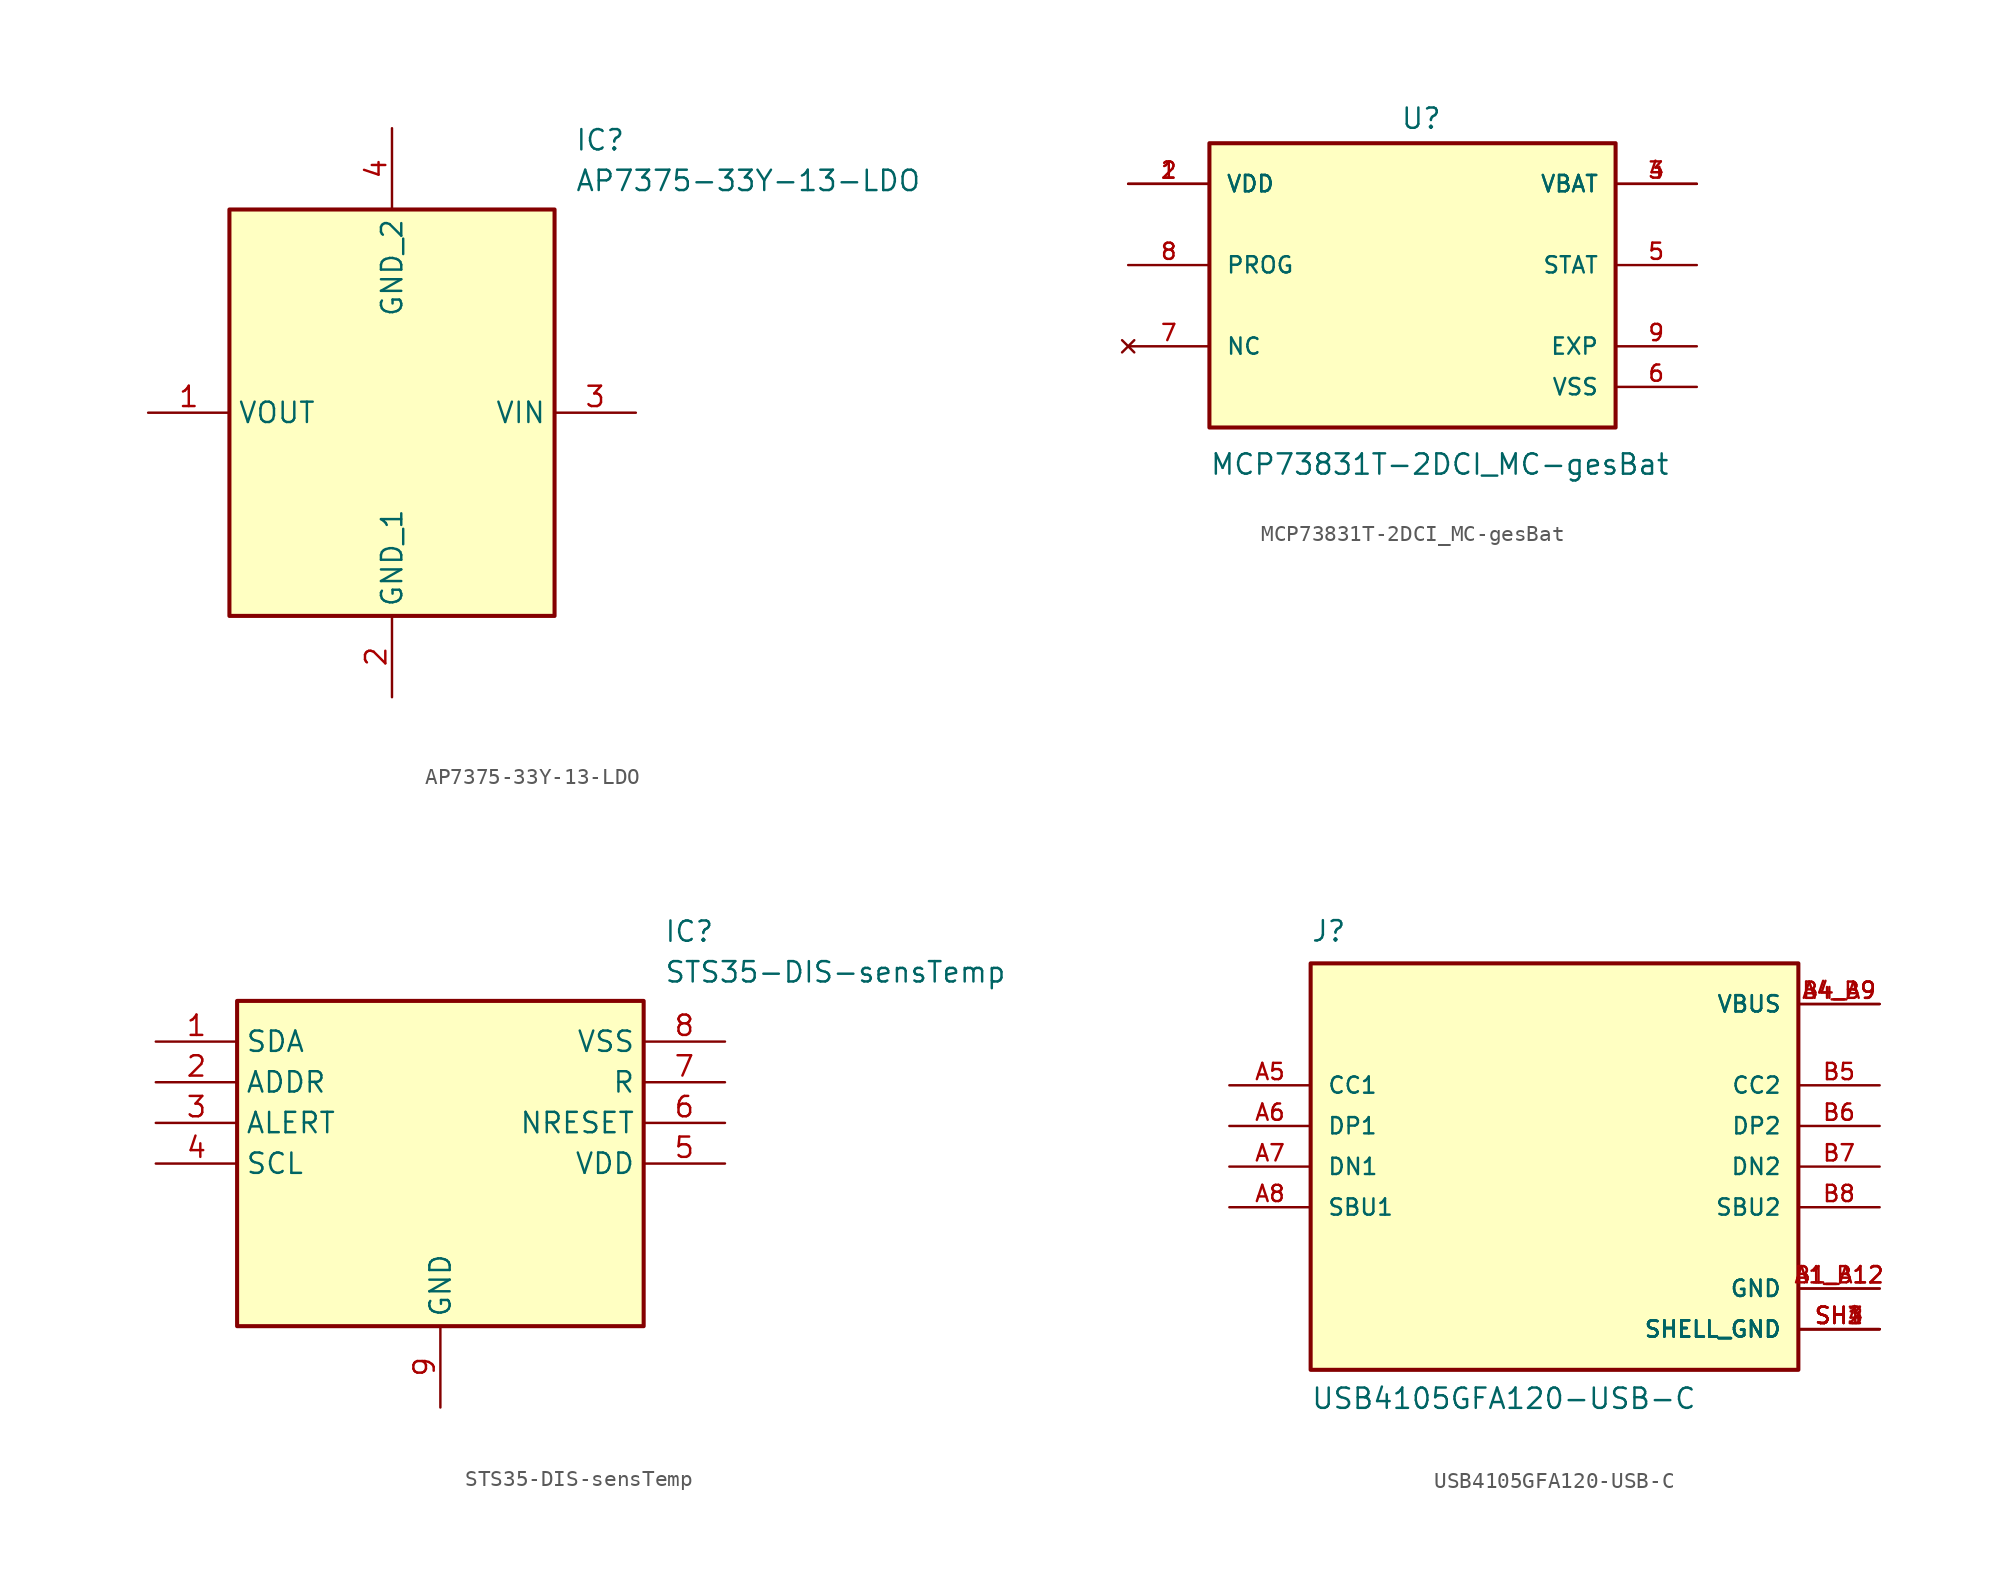
<source format=kicad_sym>
(kicad_symbol_lib
  (version 20231120)
  (generator "kicad_symbol_editor")
  (generator_version "8.0")
  (symbol "AP7375-33Y-13-LDO"
    (property "Reference" "IC"
      (at 26.67 17.78 0)
      (effects (font (size 1.27 1.27)) (justify left top)))
    (property "Value" "AP7375-33Y-13-LDO"
      (at 26.67 15.24 0)
      (effects (font (size 1.27 1.27)) (justify left top)))
    (symbol "AP7375-33Y-13-LDO_1_1"
      (rectangle (start 5.08 12.7) (end 25.4 -12.7) (stroke (width 0.254) (type default)) (fill (type background)))
      (pin passive line (at 0 0 0) (length 5.08) (name "VOUT" (effects (font (size 1.27 1.27)))) (number "1" (effects (font (size 1.27 1.27)))))
      (pin passive line (at 15.24 -17.78 90) (length 5.08) (name "GND_1" (effects (font (size 1.27 1.27)))) (number "2" (effects (font (size 1.27 1.27)))))
      (pin passive line (at 30.48 0 180) (length 5.08) (name "VIN" (effects (font (size 1.27 1.27)))) (number "3" (effects (font (size 1.27 1.27)))))
      (pin passive line (at 15.24 17.78 270) (length 5.08) (name "GND_2" (effects (font (size 1.27 1.27)))) (number "4" (effects (font (size 1.27 1.27)))))))
  (symbol "MCP73831T-2DCI_MC-gesBat"
    (pin_names
      (offset 1.016))
    (property "Reference" "U"
      (at -0.762 9.906 0)
      (effects (font (size 1.27 1.27)) (justify left top)))
    (property "Value" "MCP73831T-2DCI_MC-gesBat"
      (at -12.7 -13.208 0)
      (effects (font (size 1.27 1.27)) (justify left bottom)))
    (symbol "MCP73831T-2DCI_MC-gesBat_0_0"
      (rectangle (start -12.7 7.62) (end 12.7 -10.16) (stroke (width 0.254) (type default)) (fill (type background)))
      (pin input line (at -17.78 5.08 0) (length 5.08) (name "VDD" (effects (font (size 1.016 1.016)))) (number "1" (effects (font (size 1.016 1.016)))))
      (pin input line (at -17.78 5.08 0) (length 5.08) (name "VDD" (effects (font (size 1.016 1.016)))) (number "2" (effects (font (size 1.016 1.016)))))
      (pin output line (at 17.78 5.08 180) (length 5.08) (name "VBAT" (effects (font (size 1.016 1.016)))) (number "3" (effects (font (size 1.016 1.016)))))
      (pin output line (at 17.78 5.08 180) (length 5.08) (name "VBAT" (effects (font (size 1.016 1.016)))) (number "4" (effects (font (size 1.016 1.016)))))
      (pin output line (at 17.78 0 180) (length 5.08) (name "STAT" (effects (font (size 1.016 1.016)))) (number "5" (effects (font (size 1.016 1.016)))))
      (pin power_in line (at 17.78 -7.62 180) (length 5.08) (name "VSS" (effects (font (size 1.016 1.016)))) (number "6" (effects (font (size 1.016 1.016)))))
      (pin no_connect line (at -17.78 -5.08 0) (length 5.08) (name "NC" (effects (font (size 1.016 1.016)))) (number "7" (effects (font (size 1.016 1.016)))))
      (pin input line (at -17.78 0 0) (length 5.08) (name "PROG" (effects (font (size 1.016 1.016)))) (number "8" (effects (font (size 1.016 1.016)))))
      (pin power_in line (at 17.78 -5.08 180) (length 5.08) (name "EXP" (effects (font (size 1.016 1.016)))) (number "9" (effects (font (size 1.016 1.016)))))))
  (symbol "STS35-DIS-sensTemp"
    (property "Reference" "IC"
      (at 31.75 7.62 0)
      (effects (font (size 1.27 1.27)) (justify left top)))
    (property "Value" "STS35-DIS-sensTemp"
      (at 31.75 5.08 0)
      (effects (font (size 1.27 1.27)) (justify left top)))
    (symbol "STS35-DIS-sensTemp_1_1"
      (rectangle (start 5.08 2.54) (end 30.48 -17.78) (stroke (width 0.254) (type default)) (fill (type background)))
      (pin passive line (at 0 0 0) (length 5.08) (name "SDA" (effects (font (size 1.27 1.27)))) (number "1" (effects (font (size 1.27 1.27)))))
      (pin passive line (at 0 -2.54 0) (length 5.08) (name "ADDR" (effects (font (size 1.27 1.27)))) (number "2" (effects (font (size 1.27 1.27)))))
      (pin passive line (at 0 -5.08 0) (length 5.08) (name "ALERT" (effects (font (size 1.27 1.27)))) (number "3" (effects (font (size 1.27 1.27)))))
      (pin passive line (at 0 -7.62 0) (length 5.08) (name "SCL" (effects (font (size 1.27 1.27)))) (number "4" (effects (font (size 1.27 1.27)))))
      (pin passive line (at 35.56 -7.62 180) (length 5.08) (name "VDD" (effects (font (size 1.27 1.27)))) (number "5" (effects (font (size 1.27 1.27)))))
      (pin passive line (at 35.56 -5.08 180) (length 5.08) (name "NRESET" (effects (font (size 1.27 1.27)))) (number "6" (effects (font (size 1.27 1.27)))))
      (pin passive line (at 35.56 -2.54 180) (length 5.08) (name "R" (effects (font (size 1.27 1.27)))) (number "7" (effects (font (size 1.27 1.27)))))
      (pin passive line (at 35.56 0 180) (length 5.08) (name "VSS" (effects (font (size 1.27 1.27)))) (number "8" (effects (font (size 1.27 1.27)))))
      (pin passive line (at 17.78 -22.86 90) (length 5.08) (name "GND" (effects (font (size 1.27 1.27)))) (number "9" (effects (font (size 1.27 1.27)))))))
  (symbol "USB4105GFA120-USB-C"
    (pin_names
      (offset 1.016))
    (property "Reference" "J"
      (at -15.24 13.97 0)
      (effects (font (size 1.27 1.27)) (justify left bottom)))
    (property "Value" "USB4105GFA120-USB-C"
      (at -15.24 -15.24 0)
      (effects (font (size 1.27 1.27)) (justify left bottom)))
    (symbol "USB4105GFA120-USB-C_0_0"
      (rectangle (start -15.24 -12.7) (end 15.24 12.7) (stroke (width 0.254) (type default)) (fill (type background)))
      (pin power_in line (at 20.32 -7.62 180) (length 5.08) (name "GND" (effects (font (size 1.016 1.016)))) (number "A1_B12" (effects (font (size 1.016 1.016)))))
      (pin power_in line (at 20.32 10.16 180) (length 5.08) (name "VBUS" (effects (font (size 1.016 1.016)))) (number "A4_B9" (effects (font (size 1.016 1.016)))))
      (pin bidirectional line (at -20.32 5.08 0) (length 5.08) (name "CC1" (effects (font (size 1.016 1.016)))) (number "A5" (effects (font (size 1.016 1.016)))))
      (pin bidirectional line (at -20.32 2.54 0) (length 5.08) (name "DP1" (effects (font (size 1.016 1.016)))) (number "A6" (effects (font (size 1.016 1.016)))))
      (pin bidirectional line (at -20.32 0 0) (length 5.08) (name "DN1" (effects (font (size 1.016 1.016)))) (number "A7" (effects (font (size 1.016 1.016)))))
      (pin bidirectional line (at -20.32 -2.54 0) (length 5.08) (name "SBU1" (effects (font (size 1.016 1.016)))) (number "A8" (effects (font (size 1.016 1.016)))))
      (pin power_in line (at 20.32 -7.62 180) (length 5.08) (name "GND" (effects (font (size 1.016 1.016)))) (number "B1_A12" (effects (font (size 1.016 1.016)))))
      (pin power_in line (at 20.32 10.16 180) (length 5.08) (name "VBUS" (effects (font (size 1.016 1.016)))) (number "B4_A9" (effects (font (size 1.016 1.016)))))
      (pin bidirectional line (at 20.32 5.08 180) (length 5.08) (name "CC2" (effects (font (size 1.016 1.016)))) (number "B5" (effects (font (size 1.016 1.016)))))
      (pin bidirectional line (at 20.32 2.54 180) (length 5.08) (name "DP2" (effects (font (size 1.016 1.016)))) (number "B6" (effects (font (size 1.016 1.016)))))
      (pin bidirectional line (at 20.32 0 180) (length 5.08) (name "DN2" (effects (font (size 1.016 1.016)))) (number "B7" (effects (font (size 1.016 1.016)))))
      (pin bidirectional line (at 20.32 -2.54 180) (length 5.08) (name "SBU2" (effects (font (size 1.016 1.016)))) (number "B8" (effects (font (size 1.016 1.016)))))
      (pin power_in line (at 20.32 -10.16 180) (length 5.08) (name "SHELL_GND" (effects (font (size 1.016 1.016)))) (number "SH1" (effects (font (size 1.016 1.016)))))
      (pin power_in line (at 20.32 -10.16 180) (length 5.08) (name "SHELL_GND" (effects (font (size 1.016 1.016)))) (number "SH2" (effects (font (size 1.016 1.016)))))
      (pin power_in line (at 20.32 -10.16 180) (length 5.08) (name "SHELL_GND" (effects (font (size 1.016 1.016)))) (number "SH3" (effects (font (size 1.016 1.016)))))
      (pin power_in line (at 20.32 -10.16 180) (length 5.08) (name "SHELL_GND" (effects (font (size 1.016 1.016)))) (number "SH4" (effects (font (size 1.016 1.016))))))))
</source>
